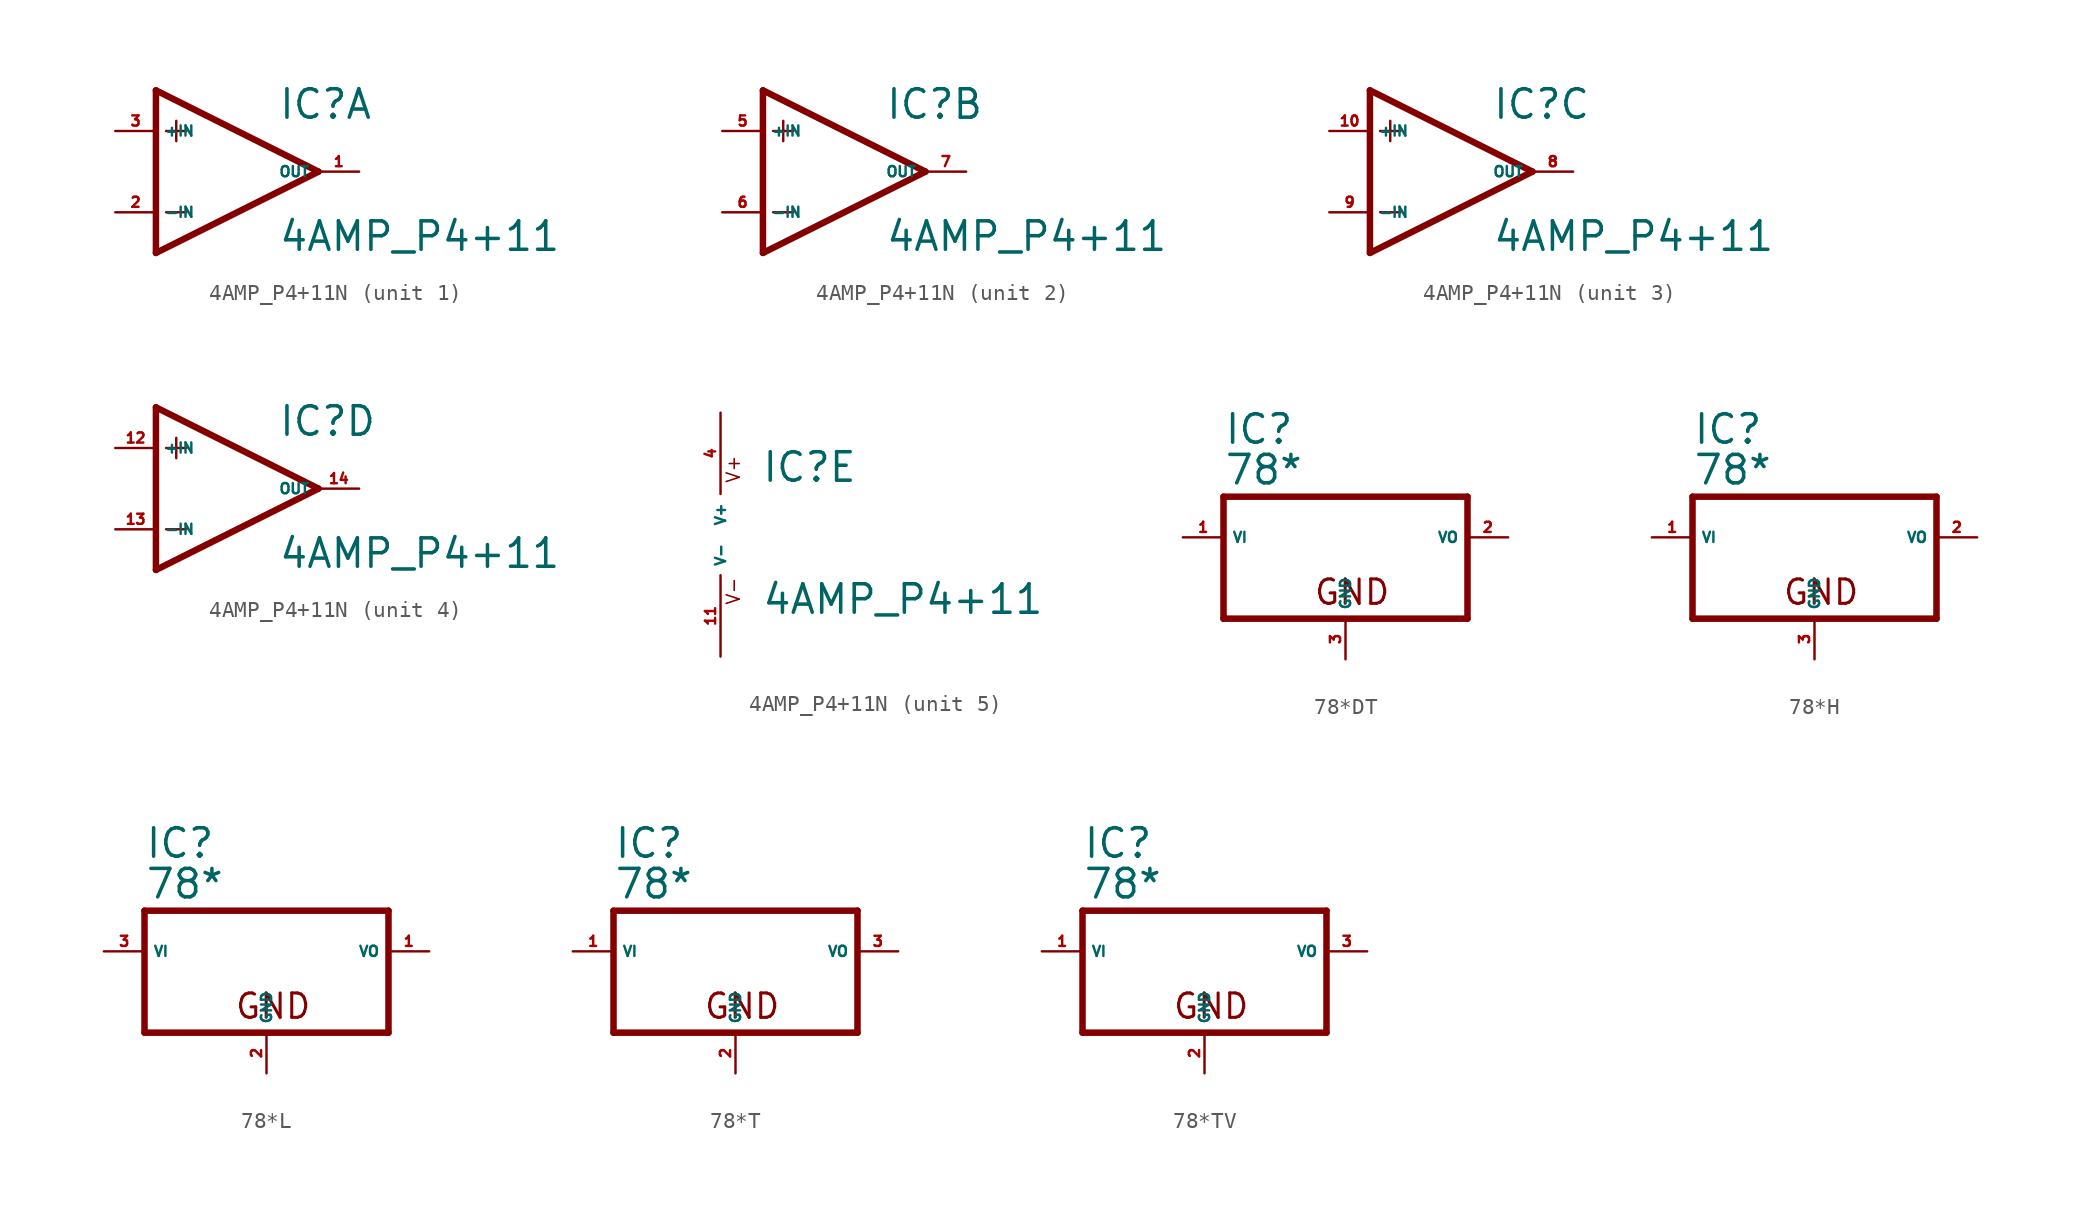
<source format=kicad_sym>
(kicad_symbol_lib
  (version 20220914)
  (generator Eagle2Kicad)
  (symbol "4AMP_P4+11N"
    (property "Reference" "IC"
      (at 2.54 3.175 0)
      (effects (font (size 1.778 1.778) (thickness 0.22)) (justify left bottom)))
    (property "Value" "4AMP_P4+11"
      (at 2.54 -5.08 0)
      (effects (font (size 1.778 1.778) (thickness 0.22)) (justify left bottom)))
    (symbol "4AMP_P4+11N_1_0"
      (polyline (pts (xy -5.08 5.08) (xy -5.08 -5.08)) (stroke (width 0.406) (type default)) (fill (type none)))
      (polyline (pts (xy -5.08 -5.08) (xy 5.08 0)) (stroke (width 0.406) (type default)) (fill (type none)))
      (polyline (pts (xy 5.08 0) (xy -5.08 5.08)) (stroke (width 0.406) (type default)) (fill (type none)))
      (polyline (pts (xy -3.81 3.175) (xy -3.81 1.905)) (stroke (width 0.152) (type default)) (fill (type none)))
      (polyline (pts (xy -4.445 2.54) (xy -3.175 2.54)) (stroke (width 0.152) (type default)) (fill (type none)))
      (polyline (pts (xy -4.445 -2.54) (xy -3.175 -2.54)) (stroke (width 0.152) (type default)) (fill (type none)))
      (pin input line (at -7.62 -2.54 0) (length 2.54) (name "-IN" (effects (font (size 0.635 0.635) (thickness 0.08)) (justify left bottom))) (number "2" (effects (font (size 0.635 0.635) (thickness 0.08)) (justify left bottom))))
      (pin input line (at -7.62 2.54 0) (length 2.54) (name "+IN" (effects (font (size 0.635 0.635) (thickness 0.08)) (justify left bottom))) (number "3" (effects (font (size 0.635 0.635) (thickness 0.08)) (justify left bottom))))
      (pin output line (at 7.62 0 180) (length 2.54) (name "OUT" (effects (font (size 0.635 0.635) (thickness 0.08)) (justify left bottom))) (number "1" (effects (font (size 0.635 0.635) (thickness 0.08)) (justify left bottom)))))
    (symbol "4AMP_P4+11N_2_0"
      (polyline (pts (xy -5.08 5.08) (xy -5.08 -5.08)) (stroke (width 0.406) (type default)) (fill (type none)))
      (polyline (pts (xy -5.08 -5.08) (xy 5.08 0)) (stroke (width 0.406) (type default)) (fill (type none)))
      (polyline (pts (xy 5.08 0) (xy -5.08 5.08)) (stroke (width 0.406) (type default)) (fill (type none)))
      (polyline (pts (xy -3.81 3.175) (xy -3.81 1.905)) (stroke (width 0.152) (type default)) (fill (type none)))
      (polyline (pts (xy -4.445 2.54) (xy -3.175 2.54)) (stroke (width 0.152) (type default)) (fill (type none)))
      (polyline (pts (xy -4.445 -2.54) (xy -3.175 -2.54)) (stroke (width 0.152) (type default)) (fill (type none)))
      (pin input line (at -7.62 -2.54 0) (length 2.54) (name "-IN" (effects (font (size 0.635 0.635) (thickness 0.08)) (justify left bottom))) (number "6" (effects (font (size 0.635 0.635) (thickness 0.08)) (justify left bottom))))
      (pin input line (at -7.62 2.54 0) (length 2.54) (name "+IN" (effects (font (size 0.635 0.635) (thickness 0.08)) (justify left bottom))) (number "5" (effects (font (size 0.635 0.635) (thickness 0.08)) (justify left bottom))))
      (pin output line (at 7.62 0 180) (length 2.54) (name "OUT" (effects (font (size 0.635 0.635) (thickness 0.08)) (justify left bottom))) (number "7" (effects (font (size 0.635 0.635) (thickness 0.08)) (justify left bottom)))))
    (symbol "4AMP_P4+11N_3_0"
      (polyline (pts (xy -5.08 5.08) (xy -5.08 -5.08)) (stroke (width 0.406) (type default)) (fill (type none)))
      (polyline (pts (xy -5.08 -5.08) (xy 5.08 0)) (stroke (width 0.406) (type default)) (fill (type none)))
      (polyline (pts (xy 5.08 0) (xy -5.08 5.08)) (stroke (width 0.406) (type default)) (fill (type none)))
      (polyline (pts (xy -3.81 3.175) (xy -3.81 1.905)) (stroke (width 0.152) (type default)) (fill (type none)))
      (polyline (pts (xy -4.445 2.54) (xy -3.175 2.54)) (stroke (width 0.152) (type default)) (fill (type none)))
      (polyline (pts (xy -4.445 -2.54) (xy -3.175 -2.54)) (stroke (width 0.152) (type default)) (fill (type none)))
      (pin input line (at -7.62 -2.54 0) (length 2.54) (name "-IN" (effects (font (size 0.635 0.635) (thickness 0.08)) (justify left bottom))) (number "9" (effects (font (size 0.635 0.635) (thickness 0.08)) (justify left bottom))))
      (pin input line (at -7.62 2.54 0) (length 2.54) (name "+IN" (effects (font (size 0.635 0.635) (thickness 0.08)) (justify left bottom))) (number "10" (effects (font (size 0.635 0.635) (thickness 0.08)) (justify left bottom))))
      (pin output line (at 7.62 0 180) (length 2.54) (name "OUT" (effects (font (size 0.635 0.635) (thickness 0.08)) (justify left bottom))) (number "8" (effects (font (size 0.635 0.635) (thickness 0.08)) (justify left bottom)))))
    (symbol "4AMP_P4+11N_4_0"
      (polyline (pts (xy -5.08 5.08) (xy -5.08 -5.08)) (stroke (width 0.406) (type default)) (fill (type none)))
      (polyline (pts (xy -5.08 -5.08) (xy 5.08 0)) (stroke (width 0.406) (type default)) (fill (type none)))
      (polyline (pts (xy 5.08 0) (xy -5.08 5.08)) (stroke (width 0.406) (type default)) (fill (type none)))
      (polyline (pts (xy -3.81 3.175) (xy -3.81 1.905)) (stroke (width 0.152) (type default)) (fill (type none)))
      (polyline (pts (xy -4.445 2.54) (xy -3.175 2.54)) (stroke (width 0.152) (type default)) (fill (type none)))
      (polyline (pts (xy -4.445 -2.54) (xy -3.175 -2.54)) (stroke (width 0.152) (type default)) (fill (type none)))
      (pin input line (at -7.62 -2.54 0) (length 2.54) (name "-IN" (effects (font (size 0.635 0.635) (thickness 0.08)) (justify left bottom))) (number "13" (effects (font (size 0.635 0.635) (thickness 0.08)) (justify left bottom))))
      (pin input line (at -7.62 2.54 0) (length 2.54) (name "+IN" (effects (font (size 0.635 0.635) (thickness 0.08)) (justify left bottom))) (number "12" (effects (font (size 0.635 0.635) (thickness 0.08)) (justify left bottom))))
      (pin output line (at 7.62 0 180) (length 2.54) (name "OUT" (effects (font (size 0.635 0.635) (thickness 0.08)) (justify left bottom))) (number "14" (effects (font (size 0.635 0.635) (thickness 0.08)) (justify left bottom)))))
    (symbol "4AMP_P4+11N_5_0"
      (text "V+" (at 1.27 3.175 900) (effects (font (size 0.813 0.813) (thickness 0.10)) (justify left bottom)))
      (text "V-" (at 1.27 -4.445 900) (effects (font (size 0.813 0.813) (thickness 0.10)) (justify left bottom)))
      (pin unspecified line (at 0 7.62 270) (length 5.08) (name "V+" (effects (font (size 0.635 0.635) (thickness 0.08)) (justify left bottom))) (number "4" (effects (font (size 0.635 0.635) (thickness 0.08)) (justify left bottom))))
      (pin unspecified line (at 0 -7.62 90) (length 5.08) (name "V-" (effects (font (size 0.635 0.635) (thickness 0.08)) (justify left bottom))) (number "11" (effects (font (size 0.635 0.635) (thickness 0.08)) (justify left bottom))))))
  (symbol "78*DT"
    (property "Reference" "IC"
      (at -7.62 5.715 0)
      (effects (font (size 1.778 1.778) (thickness 0.22)) (justify left bottom)))
    (property "Value" "78*"
      (at -7.62 3.175 0)
      (effects (font (size 1.778 1.778) (thickness 0.22)) (justify left bottom)))
    (polyline
      (pts (xy -7.62 -5.08) (xy 7.62 -5.08))
      (stroke (width 0.406) (type default))
      (fill (type none)))
    (polyline
      (pts (xy 7.62 -5.08) (xy 7.62 2.54))
      (stroke (width 0.406) (type default))
      (fill (type none)))
    (polyline
      (pts (xy 7.62 2.54) (xy -7.62 2.54))
      (stroke (width 0.406) (type default))
      (fill (type none)))
    (polyline
      (pts (xy -7.62 2.54) (xy -7.62 -5.08))
      (stroke (width 0.406) (type default))
      (fill (type none)))
    (text "GND"
      (at -2.032 -4.318 0)
      (effects (font (size 1.524 1.524) (thickness 0.19)) (justify left bottom)))
    (pin input line
      (at -10.16 0 0)
      (length 2.54)
      (name "VI" (effects (font (size 0.635 0.635) (thickness 0.08)) (justify left bottom)))
      (number "1" (effects (font (size 0.635 0.635) (thickness 0.08)) (justify left bottom))))
    (pin passive line
      (at 0 -7.62 90)
      (length 2.54)
      (name "GND" (effects (font (size 0.635 0.635) (thickness 0.08)) (justify left bottom)))
      (number "3" (effects (font (size 0.635 0.635) (thickness 0.08)) (justify left bottom))))
    (pin passive line
      (at 10.16 0 180)
      (length 2.54)
      (name "VO" (effects (font (size 0.635 0.635) (thickness 0.08)) (justify left bottom)))
      (number "2" (effects (font (size 0.635 0.635) (thickness 0.08)) (justify left bottom)))))
  (symbol "78*H"
    (property "Reference" "IC"
      (at -7.62 5.715 0)
      (effects (font (size 1.778 1.778) (thickness 0.22)) (justify left bottom)))
    (property "Value" "78*"
      (at -7.62 3.175 0)
      (effects (font (size 1.778 1.778) (thickness 0.22)) (justify left bottom)))
    (polyline
      (pts (xy -7.62 -5.08) (xy 7.62 -5.08))
      (stroke (width 0.406) (type default))
      (fill (type none)))
    (polyline
      (pts (xy 7.62 -5.08) (xy 7.62 2.54))
      (stroke (width 0.406) (type default))
      (fill (type none)))
    (polyline
      (pts (xy 7.62 2.54) (xy -7.62 2.54))
      (stroke (width 0.406) (type default))
      (fill (type none)))
    (polyline
      (pts (xy -7.62 2.54) (xy -7.62 -5.08))
      (stroke (width 0.406) (type default))
      (fill (type none)))
    (text "GND"
      (at -2.032 -4.318 0)
      (effects (font (size 1.524 1.524) (thickness 0.19)) (justify left bottom)))
    (pin input line
      (at -10.16 0 0)
      (length 2.54)
      (name "VI" (effects (font (size 0.635 0.635) (thickness 0.08)) (justify left bottom)))
      (number "1" (effects (font (size 0.635 0.635) (thickness 0.08)) (justify left bottom))))
    (pin passive line
      (at 0 -7.62 90)
      (length 2.54)
      (name "GND" (effects (font (size 0.635 0.635) (thickness 0.08)) (justify left bottom)))
      (number "3" (effects (font (size 0.635 0.635) (thickness 0.08)) (justify left bottom))))
    (pin passive line
      (at 10.16 0 180)
      (length 2.54)
      (name "VO" (effects (font (size 0.635 0.635) (thickness 0.08)) (justify left bottom)))
      (number "2" (effects (font (size 0.635 0.635) (thickness 0.08)) (justify left bottom)))))
  (symbol "78*L"
    (property "Reference" "IC"
      (at -7.62 5.715 0)
      (effects (font (size 1.778 1.778) (thickness 0.22)) (justify left bottom)))
    (property "Value" "78*"
      (at -7.62 3.175 0)
      (effects (font (size 1.778 1.778) (thickness 0.22)) (justify left bottom)))
    (polyline
      (pts (xy -7.62 -5.08) (xy 7.62 -5.08))
      (stroke (width 0.406) (type default))
      (fill (type none)))
    (polyline
      (pts (xy 7.62 -5.08) (xy 7.62 2.54))
      (stroke (width 0.406) (type default))
      (fill (type none)))
    (polyline
      (pts (xy 7.62 2.54) (xy -7.62 2.54))
      (stroke (width 0.406) (type default))
      (fill (type none)))
    (polyline
      (pts (xy -7.62 2.54) (xy -7.62 -5.08))
      (stroke (width 0.406) (type default))
      (fill (type none)))
    (text "GND"
      (at -2.032 -4.318 0)
      (effects (font (size 1.524 1.524) (thickness 0.19)) (justify left bottom)))
    (pin input line
      (at -10.16 0 0)
      (length 2.54)
      (name "VI" (effects (font (size 0.635 0.635) (thickness 0.08)) (justify left bottom)))
      (number "3" (effects (font (size 0.635 0.635) (thickness 0.08)) (justify left bottom))))
    (pin passive line
      (at 0 -7.62 90)
      (length 2.54)
      (name "GND" (effects (font (size 0.635 0.635) (thickness 0.08)) (justify left bottom)))
      (number "2" (effects (font (size 0.635 0.635) (thickness 0.08)) (justify left bottom))))
    (pin passive line
      (at 10.16 0 180)
      (length 2.54)
      (name "VO" (effects (font (size 0.635 0.635) (thickness 0.08)) (justify left bottom)))
      (number "1" (effects (font (size 0.635 0.635) (thickness 0.08)) (justify left bottom)))))
  (symbol "78*T"
    (property "Reference" "IC"
      (at -7.62 5.715 0)
      (effects (font (size 1.778 1.778) (thickness 0.22)) (justify left bottom)))
    (property "Value" "78*"
      (at -7.62 3.175 0)
      (effects (font (size 1.778 1.778) (thickness 0.22)) (justify left bottom)))
    (polyline
      (pts (xy -7.62 -5.08) (xy 7.62 -5.08))
      (stroke (width 0.406) (type default))
      (fill (type none)))
    (polyline
      (pts (xy 7.62 -5.08) (xy 7.62 2.54))
      (stroke (width 0.406) (type default))
      (fill (type none)))
    (polyline
      (pts (xy 7.62 2.54) (xy -7.62 2.54))
      (stroke (width 0.406) (type default))
      (fill (type none)))
    (polyline
      (pts (xy -7.62 2.54) (xy -7.62 -5.08))
      (stroke (width 0.406) (type default))
      (fill (type none)))
    (text "GND"
      (at -2.032 -4.318 0)
      (effects (font (size 1.524 1.524) (thickness 0.19)) (justify left bottom)))
    (pin input line
      (at -10.16 0 0)
      (length 2.54)
      (name "VI" (effects (font (size 0.635 0.635) (thickness 0.08)) (justify left bottom)))
      (number "1" (effects (font (size 0.635 0.635) (thickness 0.08)) (justify left bottom))))
    (pin passive line
      (at 0 -7.62 90)
      (length 2.54)
      (name "GND" (effects (font (size 0.635 0.635) (thickness 0.08)) (justify left bottom)))
      (number "2" (effects (font (size 0.635 0.635) (thickness 0.08)) (justify left bottom))))
    (pin passive line
      (at 10.16 0 180)
      (length 2.54)
      (name "VO" (effects (font (size 0.635 0.635) (thickness 0.08)) (justify left bottom)))
      (number "3" (effects (font (size 0.635 0.635) (thickness 0.08)) (justify left bottom)))))
  (symbol "78*TV"
    (property "Reference" "IC"
      (at -7.62 5.715 0)
      (effects (font (size 1.778 1.778) (thickness 0.22)) (justify left bottom)))
    (property "Value" "78*"
      (at -7.62 3.175 0)
      (effects (font (size 1.778 1.778) (thickness 0.22)) (justify left bottom)))
    (polyline
      (pts (xy -7.62 -5.08) (xy 7.62 -5.08))
      (stroke (width 0.406) (type default))
      (fill (type none)))
    (polyline
      (pts (xy 7.62 -5.08) (xy 7.62 2.54))
      (stroke (width 0.406) (type default))
      (fill (type none)))
    (polyline
      (pts (xy 7.62 2.54) (xy -7.62 2.54))
      (stroke (width 0.406) (type default))
      (fill (type none)))
    (polyline
      (pts (xy -7.62 2.54) (xy -7.62 -5.08))
      (stroke (width 0.406) (type default))
      (fill (type none)))
    (text "GND"
      (at -2.032 -4.318 0)
      (effects (font (size 1.524 1.524) (thickness 0.19)) (justify left bottom)))
    (pin input line
      (at -10.16 0 0)
      (length 2.54)
      (name "VI" (effects (font (size 0.635 0.635) (thickness 0.08)) (justify left bottom)))
      (number "1" (effects (font (size 0.635 0.635) (thickness 0.08)) (justify left bottom))))
    (pin passive line
      (at 0 -7.62 90)
      (length 2.54)
      (name "GND" (effects (font (size 0.635 0.635) (thickness 0.08)) (justify left bottom)))
      (number "2" (effects (font (size 0.635 0.635) (thickness 0.08)) (justify left bottom))))
    (pin passive line
      (at 10.16 0 180)
      (length 2.54)
      (name "VO" (effects (font (size 0.635 0.635) (thickness 0.08)) (justify left bottom)))
      (number "3" (effects (font (size 0.635 0.635) (thickness 0.08)) (justify left bottom))))))
</source>
